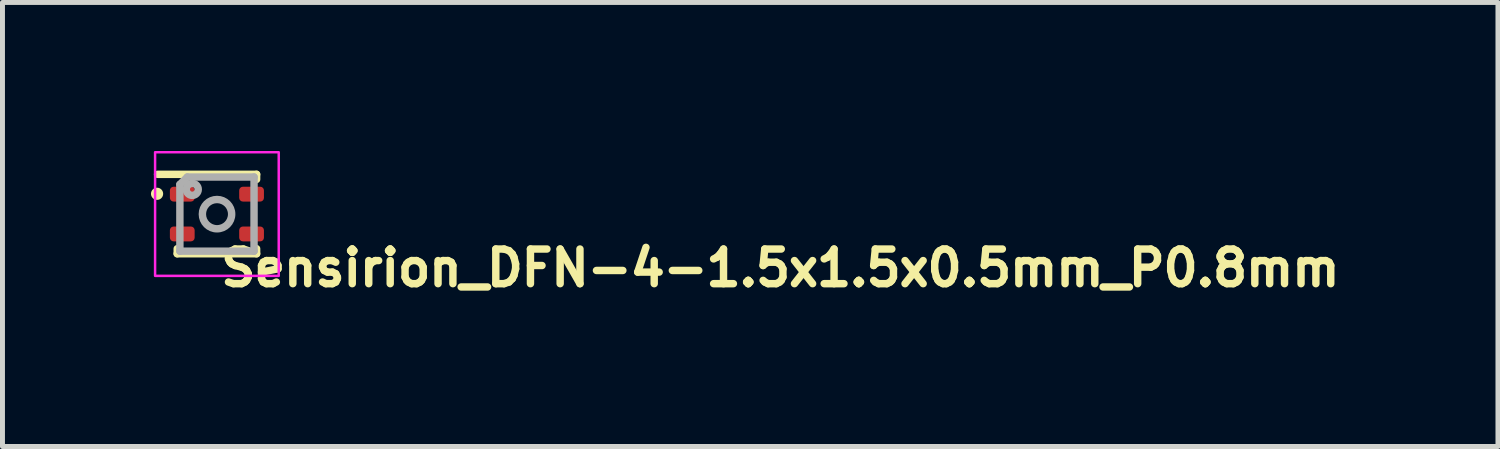
<source format=kicad_pcb>
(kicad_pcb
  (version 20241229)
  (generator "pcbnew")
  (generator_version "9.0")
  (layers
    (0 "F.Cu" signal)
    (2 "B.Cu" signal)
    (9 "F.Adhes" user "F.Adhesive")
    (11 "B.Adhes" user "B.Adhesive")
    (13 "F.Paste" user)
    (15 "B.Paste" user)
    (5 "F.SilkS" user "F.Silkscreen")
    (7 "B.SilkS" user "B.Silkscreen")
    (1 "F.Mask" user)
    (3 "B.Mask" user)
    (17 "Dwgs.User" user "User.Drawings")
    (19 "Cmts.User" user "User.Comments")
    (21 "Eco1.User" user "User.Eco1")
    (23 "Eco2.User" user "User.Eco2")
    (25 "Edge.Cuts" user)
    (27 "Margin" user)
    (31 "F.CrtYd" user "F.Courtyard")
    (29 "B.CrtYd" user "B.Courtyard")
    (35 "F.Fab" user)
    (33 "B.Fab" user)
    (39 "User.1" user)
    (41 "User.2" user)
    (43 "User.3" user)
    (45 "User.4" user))
  (footprint "Sensirion_DFN-4-1.5x1.5x0.5mm_P0.8mm"
    (layer "F.Cu")
    (at 1.333 1.275)
    (property "Reference" "Sensirion_DFN-4-1.5x1.5x0.5mm_P0.8mm" (at 0.001 1.499 0) (unlocked yes) (layer "F.SilkS") (effects (font (size 0.7 0.7) (thickness 0.15)) (justify left bottom)))
    (attr smd)
    (fp_line (start -0.803 0.699) (end -0.803 0.801) (stroke (width 0.15) (type solid)) (layer "F.SilkS"))
    (fp_line (start -0.803 0.801) (end 0.801 0.801) (stroke (width 0.15) (type solid)) (layer "F.SilkS"))
    (fp_line (start 0.801 -0.803) (end -1.2 -0.803) (stroke (width 0.15) (type solid)) (layer "F.SilkS"))
    (fp_line (start 0.801 -0.701) (end 0.801 -0.803) (stroke (width 0.15) (type solid)) (layer "F.SilkS"))
    (fp_line (start 0.801 0.801) (end 0.801 0.699) (stroke (width 0.15) (type solid)) (layer "F.SilkS"))
    (fp_circle (center -1.21 -0.41) (end -1.162 -0.41) (stroke (width 0.15) (type solid)) (fill yes) (layer "F.SilkS"))
    (fp_rect (start -1.25 -1.25) (end 1.248 1.248) (stroke (width 0.05) (type solid)) (fill no) (layer "F.CrtYd"))
    (fp_line (start -0.749 -0.599) (end -0.599 -0.749) (stroke (width 0.15) (type solid)) (layer "F.Fab"))
    (fp_line (start -0.749 0.749) (end -0.749 -0.599) (stroke (width 0.15) (type solid)) (layer "F.Fab"))
    (fp_line (start -0.599 -0.749) (end 0.749 -0.749) (stroke (width 0.15) (type solid)) (layer "F.Fab"))
    (fp_line (start 0.749 -0.749) (end 0.749 0.749) (stroke (width 0.15) (type solid)) (layer "F.Fab"))
    (fp_line (start 0.749 0.749) (end -0.749 0.749) (stroke (width 0.15) (type solid)) (layer "F.Fab"))
    (fp_circle (center -0.499 -0.499) (end -0.453 -0.499) (stroke (width 0.15) (type solid)) (fill no) (layer "F.Fab"))
    (fp_circle (center 0.001 0.001) (end 0.297 0.001) (stroke (width 0.15) (type solid)) (fill no) (layer "F.Fab"))
    (fp_rect (start -0.75 -0.75) (end 0.748 0.748) (stroke (width 0.1) (type solid)) (fill no) (layer "User.5"))
    (fp_line (start -0.75 -0.553) (end -0.75 -0.249) (stroke (width 0.02) (type solid)) (layer "User.9"))
    (fp_line (start -0.75 -0.249) (end -0.749 -0.249) (stroke (width 0.02) (type solid)) (layer "User.9"))
    (fp_line (start -0.75 0.247) (end -0.75 0.551) (stroke (width 0.02) (type solid)) (layer "User.9"))
    (fp_line (start -0.75 0.551) (end -0.749 0.551) (stroke (width 0.02) (type solid)) (layer "User.9"))
    (fp_line (start -0.749 -0.749) (end -0.749 0.747) (stroke (width 0.02) (type solid)) (layer "User.9"))
    (fp_line (start -0.749 -0.749) (end 0.747 -0.749) (stroke (width 0.02) (type solid)) (layer "User.9"))
    (fp_line (start -0.749 -0.553) (end -0.75 -0.553) (stroke (width 0.02) (type solid)) (layer "User.9"))
    (fp_line (start -0.749 0.247) (end -0.75 0.247) (stroke (width 0.02) (type solid)) (layer "User.9"))
    (fp_line (start -0.749 0.747) (end 0.747 0.747) (stroke (width 0.02) (type solid)) (layer "User.9"))
    (fp_line (start -0.624 -0.53) (end -0.624 -0.522) (stroke (width 0.02) (type solid)) (layer "User.9"))
    (fp_line (start -0.624 -0.522) (end -0.624 -0.515) (stroke (width 0.02) (type solid)) (layer "User.9"))
    (fp_line (start -0.624 -0.515) (end -0.624 -0.505) (stroke (width 0.02) (type solid)) (layer "User.9"))
    (fp_line (start -0.624 -0.505) (end -0.624 -0.497) (stroke (width 0.02) (type solid)) (layer "User.9"))
    (fp_line (start -0.624 -0.497) (end -0.622 -0.49) (stroke (width 0.02) (type solid)) (layer "User.9"))
    (fp_line (start -0.622 -0.537) (end -0.624 -0.53) (stroke (width 0.02) (type solid)) (layer "User.9"))
    (fp_line (start -0.622 -0.49) (end -0.621 -0.483) (stroke (width 0.02) (type solid)) (layer "User.9"))
    (fp_line (start -0.621 -0.544) (end -0.622 -0.537) (stroke (width 0.02) (type solid)) (layer "User.9"))
    (fp_line (start -0.621 -0.483) (end -0.619 -0.478) (stroke (width 0.02) (type solid)) (layer "User.9"))
    (fp_line (start -0.619 -0.551) (end -0.621 -0.544) (stroke (width 0.02) (type solid)) (layer "User.9"))
    (fp_line (start -0.619 -0.478) (end -0.616 -0.471) (stroke (width 0.02) (type solid)) (layer "User.9"))
    (fp_line (start -0.616 -0.558) (end -0.619 -0.551) (stroke (width 0.02) (type solid)) (layer "User.9"))
    (fp_line (start -0.616 -0.471) (end -0.613 -0.465) (stroke (width 0.02) (type solid)) (layer "User.9"))
    (fp_line (start -0.613 -0.564) (end -0.616 -0.558) (stroke (width 0.02) (type solid)) (layer "User.9"))
    (fp_line (start -0.613 -0.465) (end -0.609 -0.459) (stroke (width 0.02) (type solid)) (layer "User.9"))
    (fp_line (start -0.609 -0.57) (end -0.613 -0.564) (stroke (width 0.02) (type solid)) (layer "User.9"))
    (fp_line (start -0.609 -0.57) (end -0.609 -0.57) (stroke (width 0.02) (type solid)) (layer "User.9"))
    (fp_line (start -0.609 -0.459) (end -0.609 -0.459) (stroke (width 0.02) (type solid)) (layer "User.9"))
    (fp_line (start -0.609 -0.459) (end -0.607 -0.456) (stroke (width 0.02) (type solid)) (layer "User.9"))
    (fp_line (start -0.607 -0.456) (end -0.605 -0.452) (stroke (width 0.02) (type solid)) (layer "User.9"))
    (fp_line (start -0.605 -0.577) (end -0.609 -0.57) (stroke (width 0.02) (type solid)) (layer "User.9"))
    (fp_line (start -0.605 -0.452) (end -0.603 -0.446) (stroke (width 0.02) (type solid)) (layer "User.9"))
    (fp_line (start -0.603 -0.446) (end -0.601 -0.443) (stroke (width 0.02) (type solid)) (layer "User.9"))
    (fp_line (start -0.601 -0.581) (end -0.605 -0.577) (stroke (width 0.02) (type solid)) (layer "User.9"))
    (fp_line (start -0.601 -0.443) (end -0.599 -0.44) (stroke (width 0.02) (type solid)) (layer "User.9"))
    (fp_line (start -0.599 -0.44) (end -0.596 -0.438) (stroke (width 0.02) (type solid)) (layer "User.9"))
    (fp_line (start -0.596 -0.586) (end -0.601 -0.581) (stroke (width 0.02) (type solid)) (layer "User.9"))
    (fp_line (start -0.596 -0.438) (end -0.594 -0.435) (stroke (width 0.02) (type solid)) (layer "User.9"))
    (fp_line (start -0.594 -0.435) (end -0.591 -0.432) (stroke (width 0.02) (type solid)) (layer "User.9"))
    (fp_line (start -0.591 -0.592) (end -0.596 -0.586) (stroke (width 0.02) (type solid)) (layer "User.9"))
    (fp_line (start -0.591 -0.432) (end -0.589 -0.43) (stroke (width 0.02) (type solid)) (layer "User.9"))
    (fp_line (start -0.589 -0.43) (end -0.586 -0.427) (stroke (width 0.02) (type solid)) (layer "User.9"))
    (fp_line (start -0.586 -0.597) (end -0.591 -0.592) (stroke (width 0.02) (type solid)) (layer "User.9"))
    (fp_line (start -0.586 -0.427) (end -0.583 -0.425) (stroke (width 0.02) (type solid)) (layer "User.9"))
    (fp_line (start -0.583 -0.425) (end -0.58 -0.423) (stroke (width 0.02) (type solid)) (layer "User.9"))
    (fp_line (start -0.58 -0.601) (end -0.586 -0.597) (stroke (width 0.02) (type solid)) (layer "User.9"))
    (fp_line (start -0.58 -0.423) (end -0.577 -0.42) (stroke (width 0.02) (type solid)) (layer "User.9"))
    (fp_line (start -0.577 -0.42) (end -0.576 -0.418) (stroke (width 0.02) (type solid)) (layer "User.9"))
    (fp_line (start -0.576 -0.606) (end -0.58 -0.601) (stroke (width 0.02) (type solid)) (layer "User.9"))
    (fp_line (start -0.576 -0.418) (end -0.573 -0.417) (stroke (width 0.02) (type solid)) (layer "User.9"))
    (fp_line (start -0.573 -0.417) (end -0.57 -0.417) (stroke (width 0.02) (type solid)) (layer "User.9"))
    (fp_line (start -0.57 -0.609) (end -0.576 -0.606) (stroke (width 0.02) (type solid)) (layer "User.9"))
    (fp_line (start -0.57 -0.417) (end -0.567 -0.415) (stroke (width 0.02) (type solid)) (layer "User.9"))
    (fp_line (start -0.567 -0.415) (end -0.564 -0.413) (stroke (width 0.02) (type solid)) (layer "User.9"))
    (fp_line (start -0.564 -0.613) (end -0.57 -0.609) (stroke (width 0.02) (type solid)) (layer "User.9"))
    (fp_line (start -0.564 -0.413) (end -0.562 -0.412) (stroke (width 0.02) (type solid)) (layer "User.9"))
    (fp_line (start -0.562 -0.412) (end -0.558 -0.41) (stroke (width 0.02) (type solid)) (layer "User.9"))
    (fp_line (start -0.558 -0.616) (end -0.564 -0.613) (stroke (width 0.02) (type solid)) (layer "User.9"))
    (fp_line (start -0.558 -0.41) (end -0.555 -0.409) (stroke (width 0.02) (type solid)) (layer "User.9"))
    (fp_line (start -0.555 -0.409) (end -0.551 -0.408) (stroke (width 0.02) (type solid)) (layer "User.9"))
    (fp_line (start -0.551 -0.618) (end -0.558 -0.616) (stroke (width 0.02) (type solid)) (layer "User.9"))
    (fp_line (start -0.551 -0.408) (end -0.548 -0.407) (stroke (width 0.02) (type solid)) (layer "User.9"))
    (fp_line (start -0.548 -0.407) (end -0.544 -0.406) (stroke (width 0.02) (type solid)) (layer "User.9"))
    (fp_line (start -0.544 -0.621) (end -0.551 -0.618) (stroke (width 0.02) (type solid)) (layer "User.9"))
    (fp_line (start -0.544 -0.406) (end -0.541 -0.405) (stroke (width 0.02) (type solid)) (layer "User.9"))
    (fp_line (start -0.541 -0.405) (end -0.537 -0.405) (stroke (width 0.02) (type solid)) (layer "User.9"))
    (fp_line (start -0.537 -0.622) (end -0.544 -0.621) (stroke (width 0.02) (type solid)) (layer "User.9"))
    (fp_line (start -0.537 -0.405) (end -0.534 -0.404) (stroke (width 0.02) (type solid)) (layer "User.9"))
    (fp_line (start -0.534 -0.404) (end -0.53 -0.403) (stroke (width 0.02) (type solid)) (layer "User.9"))
    (fp_line (start -0.53 -0.624) (end -0.537 -0.622) (stroke (width 0.02) (type solid)) (layer "User.9"))
    (fp_line (start -0.53 -0.403) (end -0.526 -0.403) (stroke (width 0.02) (type solid)) (layer "User.9"))
    (fp_line (start -0.526 -0.403) (end -0.522 -0.403) (stroke (width 0.02) (type solid)) (layer "User.9"))
    (fp_line (start -0.522 -0.624) (end -0.53 -0.624) (stroke (width 0.02) (type solid)) (layer "User.9"))
    (fp_line (start -0.522 -0.403) (end -0.519 -0.403) (stroke (width 0.02) (type solid)) (layer "User.9"))
    (fp_line (start -0.519 -0.403) (end -0.515 -0.403) (stroke (width 0.02) (type solid)) (layer "User.9"))
    (fp_line (start -0.515 -0.624) (end -0.522 -0.624) (stroke (width 0.02) (type solid)) (layer "User.9"))
    (fp_line (start -0.515 -0.403) (end -0.505 -0.403) (stroke (width 0.02) (type solid)) (layer "User.9"))
    (fp_line (start -0.508 -0.624) (end -0.515 -0.624) (stroke (width 0.02) (type solid)) (layer "User.9"))
    (fp_line (start -0.505 -0.624) (end -0.508 -0.624) (stroke (width 0.02) (type solid)) (layer "User.9"))
    (fp_line (start -0.505 -0.403) (end -0.497 -0.403) (stroke (width 0.02) (type solid)) (layer "User.9"))
    (fp_line (start -0.501 -0.624) (end -0.505 -0.624) (stroke (width 0.02) (type solid)) (layer "User.9"))
    (fp_line (start -0.497 -0.624) (end -0.501 -0.624) (stroke (width 0.02) (type solid)) (layer "User.9"))
    (fp_line (start -0.497 -0.403) (end -0.49 -0.405) (stroke (width 0.02) (type solid)) (layer "User.9"))
    (fp_line (start -0.493 -0.623) (end -0.497 -0.624) (stroke (width 0.02) (type solid)) (layer "User.9"))
    (fp_line (start -0.49 -0.622) (end -0.493 -0.623) (stroke (width 0.02) (type solid)) (layer "User.9"))
    (fp_line (start -0.49 -0.405) (end -0.483 -0.406) (stroke (width 0.02) (type solid)) (layer "User.9"))
    (fp_line (start -0.486 -0.622) (end -0.49 -0.622) (stroke (width 0.02) (type solid)) (layer "User.9"))
    (fp_line (start -0.483 -0.621) (end -0.486 -0.622) (stroke (width 0.02) (type solid)) (layer "User.9"))
    (fp_line (start -0.483 -0.406) (end -0.478 -0.408) (stroke (width 0.02) (type solid)) (layer "User.9"))
    (fp_line (start -0.48 -0.62) (end -0.483 -0.621) (stroke (width 0.02) (type solid)) (layer "User.9"))
    (fp_line (start -0.478 -0.618) (end -0.48 -0.62) (stroke (width 0.02) (type solid)) (layer "User.9"))
    (fp_line (start -0.478 -0.408) (end -0.471 -0.41) (stroke (width 0.02) (type solid)) (layer "User.9"))
    (fp_line (start -0.474 -0.617) (end -0.478 -0.618) (stroke (width 0.02) (type solid)) (layer "User.9"))
    (fp_line (start -0.471 -0.616) (end -0.474 -0.617) (stroke (width 0.02) (type solid)) (layer "User.9"))
    (fp_line (start -0.471 -0.41) (end -0.465 -0.413) (stroke (width 0.02) (type solid)) (layer "User.9"))
    (fp_line (start -0.468 -0.614) (end -0.471 -0.616) (stroke (width 0.02) (type solid)) (layer "User.9"))
    (fp_line (start -0.465 -0.613) (end -0.468 -0.614) (stroke (width 0.02) (type solid)) (layer "User.9"))
    (fp_line (start -0.465 -0.413) (end -0.459 -0.417) (stroke (width 0.02) (type solid)) (layer "User.9"))
    (fp_line (start -0.462 -0.611) (end -0.465 -0.613) (stroke (width 0.02) (type solid)) (layer "User.9"))
    (fp_line (start -0.459 -0.609) (end -0.462 -0.611) (stroke (width 0.02) (type solid)) (layer "User.9"))
    (fp_line (start -0.459 -0.417) (end -0.453 -0.418) (stroke (width 0.02) (type solid)) (layer "User.9"))
    (fp_line (start -0.456 -0.608) (end -0.459 -0.609) (stroke (width 0.02) (type solid)) (layer "User.9"))
    (fp_line (start -0.453 -0.606) (end -0.456 -0.608) (stroke (width 0.02) (type solid)) (layer "User.9"))
    (fp_line (start -0.453 -0.418) (end -0.444 -0.423) (stroke (width 0.02) (type solid)) (layer "User.9"))
    (fp_line (start -0.447 -0.604) (end -0.453 -0.606) (stroke (width 0.02) (type solid)) (layer "User.9"))
    (fp_line (start -0.444 -0.601) (end -0.447 -0.604) (stroke (width 0.02) (type solid)) (layer "User.9"))
    (fp_line (start -0.444 -0.423) (end -0.438 -0.427) (stroke (width 0.02) (type solid)) (layer "User.9"))
    (fp_line (start -0.441 -0.599) (end -0.444 -0.601) (stroke (width 0.02) (type solid)) (layer "User.9"))
    (fp_line (start -0.438 -0.597) (end -0.441 -0.599) (stroke (width 0.02) (type solid)) (layer "User.9"))
    (fp_line (start -0.438 -0.427) (end -0.433 -0.432) (stroke (width 0.02) (type solid)) (layer "User.9"))
    (fp_line (start -0.435 -0.594) (end -0.438 -0.597) (stroke (width 0.02) (type solid)) (layer "User.9"))
    (fp_line (start -0.433 -0.592) (end -0.435 -0.594) (stroke (width 0.02) (type solid)) (layer "User.9"))
    (fp_line (start -0.433 -0.432) (end -0.428 -0.438) (stroke (width 0.02) (type solid)) (layer "User.9"))
    (fp_line (start -0.43 -0.589) (end -0.433 -0.592) (stroke (width 0.02) (type solid)) (layer "User.9"))
    (fp_line (start -0.428 -0.586) (end -0.43 -0.589) (stroke (width 0.02) (type solid)) (layer "User.9"))
    (fp_line (start -0.428 -0.438) (end -0.423 -0.443) (stroke (width 0.02) (type solid)) (layer "User.9"))
    (fp_line (start -0.425 -0.584) (end -0.428 -0.586) (stroke (width 0.02) (type solid)) (layer "User.9"))
    (fp_line (start -0.423 -0.581) (end -0.425 -0.584) (stroke (width 0.02) (type solid)) (layer "User.9"))
    (fp_line (start -0.423 -0.443) (end -0.419 -0.452) (stroke (width 0.02) (type solid)) (layer "User.9"))
    (fp_line (start -0.421 -0.578) (end -0.423 -0.581) (stroke (width 0.02) (type solid)) (layer "User.9"))
    (fp_line (start -0.419 -0.577) (end -0.421 -0.578) (stroke (width 0.02) (type solid)) (layer "User.9"))
    (fp_line (start -0.419 -0.452) (end -0.417 -0.459) (stroke (width 0.02) (type solid)) (layer "User.9"))
    (fp_line (start -0.417 -0.573) (end -0.419 -0.577) (stroke (width 0.02) (type solid)) (layer "User.9"))
    (fp_line (start -0.417 -0.57) (end -0.417 -0.573) (stroke (width 0.02) (type solid)) (layer "User.9"))
    (fp_line (start -0.417 -0.57) (end -0.417 -0.57) (stroke (width 0.02) (type solid)) (layer "User.9"))
    (fp_line (start -0.417 -0.459) (end -0.417 -0.459) (stroke (width 0.02) (type solid)) (layer "User.9"))
    (fp_line (start -0.417 -0.459) (end -0.413 -0.465) (stroke (width 0.02) (type solid)) (layer "User.9"))
    (fp_line (start -0.413 -0.564) (end -0.417 -0.57) (stroke (width 0.02) (type solid)) (layer "User.9"))
    (fp_line (start -0.413 -0.465) (end -0.41 -0.471) (stroke (width 0.02) (type solid)) (layer "User.9"))
    (fp_line (start -0.41 -0.558) (end -0.413 -0.564) (stroke (width 0.02) (type solid)) (layer "User.9"))
    (fp_line (start -0.41 -0.471) (end -0.407 -0.478) (stroke (width 0.02) (type solid)) (layer "User.9"))
    (fp_line (start -0.407 -0.551) (end -0.41 -0.558) (stroke (width 0.02) (type solid)) (layer "User.9"))
    (fp_line (start -0.407 -0.478) (end -0.406 -0.483) (stroke (width 0.02) (type solid)) (layer "User.9"))
    (fp_line (start -0.406 -0.544) (end -0.407 -0.551) (stroke (width 0.02) (type solid)) (layer "User.9"))
    (fp_line (start -0.406 -0.483) (end -0.405 -0.49) (stroke (width 0.02) (type solid)) (layer "User.9"))
    (fp_line (start -0.405 -0.537) (end -0.406 -0.544) (stroke (width 0.02) (type solid)) (layer "User.9"))
    (fp_line (start -0.405 -0.49) (end -0.403 -0.497) (stroke (width 0.02) (type solid)) (layer "User.9"))
    (fp_line (start -0.403 -0.53) (end -0.405 -0.537) (stroke (width 0.02) (type solid)) (layer "User.9"))
    (fp_line (start -0.403 -0.522) (end -0.403 -0.53) (stroke (width 0.02) (type solid)) (layer "User.9"))
    (fp_line (start -0.403 -0.515) (end -0.403 -0.522) (stroke (width 0.02) (type solid)) (layer "User.9"))
    (fp_line (start -0.403 -0.505) (end -0.403 -0.515) (stroke (width 0.02) (type solid)) (layer "User.9"))
    (fp_line (start -0.403 -0.497) (end -0.403 -0.505) (stroke (width 0.02) (type solid)) (layer "User.9"))
    (fp_line (start -0.267 -0.479) (end -0.235 -0.479) (stroke (width 0.02) (type solid)) (layer "User.9"))
    (fp_line (start -0.267 -0.475) (end -0.267 -0.479) (stroke (width 0.02) (type solid)) (layer "User.9"))
    (fp_line (start -0.266 -0.47) (end -0.267 -0.475) (stroke (width 0.02) (type solid)) (layer "User.9"))
    (fp_line (start -0.266 -0.466) (end -0.266 -0.47) (stroke (width 0.02) (type solid)) (layer "User.9"))
    (fp_line (start -0.265 -0.462) (end -0.266 -0.466) (stroke (width 0.02) (type solid)) (layer "User.9"))
    (fp_line (start -0.264 -0.458) (end -0.265 -0.462) (stroke (width 0.02) (type solid)) (layer "User.9"))
    (fp_line (start -0.262 -0.454) (end -0.264 -0.458) (stroke (width 0.02) (type solid)) (layer "User.9"))
    (fp_line (start -0.261 -0.446) (end -0.262 -0.454) (stroke (width 0.02) (type solid)) (layer "User.9"))
    (fp_line (start -0.259 -0.442) (end -0.261 -0.446) (stroke (width 0.02) (type solid)) (layer "User.9"))
    (fp_line (start -0.255 -0.575) (end -0.254 -0.577) (stroke (width 0.02) (type solid)) (layer "User.9"))
    (fp_line (start -0.255 -0.572) (end -0.255 -0.575) (stroke (width 0.02) (type solid)) (layer "User.9"))
    (fp_line (start -0.255 -0.568) (end -0.255 -0.572) (stroke (width 0.02) (type solid)) (layer "User.9"))
    (fp_line (start -0.255 -0.564) (end -0.255 -0.568) (stroke (width 0.02) (type solid)) (layer "User.9"))
    (fp_line (start -0.254 -0.58) (end -0.253 -0.584) (stroke (width 0.02) (type solid)) (layer "User.9"))
    (fp_line (start -0.254 -0.577) (end -0.254 -0.58) (stroke (width 0.02) (type solid)) (layer "User.9"))
    (fp_line (start -0.254 -0.561) (end -0.255 -0.564) (stroke (width 0.02) (type solid)) (layer "User.9"))
    (fp_line (start -0.254 -0.559) (end -0.254 -0.561) (stroke (width 0.02) (type solid)) (layer "User.9"))
    (fp_line (start -0.254 -0.557) (end -0.254 -0.559) (stroke (width 0.02) (type solid)) (layer "User.9"))
    (fp_line (start -0.254 -0.439) (end -0.259 -0.442) (stroke (width 0.02) (type solid)) (layer "User.9"))
    (fp_line (start -0.253 -0.584) (end -0.252 -0.587) (stroke (width 0.02) (type solid)) (layer "User.9"))
    (fp_line (start -0.253 -0.555) (end -0.254 -0.557) (stroke (width 0.02) (type solid)) (layer "User.9"))
    (fp_line (start -0.252 -0.587) (end -0.25 -0.59) (stroke (width 0.02) (type solid)) (layer "User.9"))
    (fp_line (start -0.252 -0.553) (end -0.253 -0.555) (stroke (width 0.02) (type solid)) (layer "User.9"))
    (fp_line (start -0.252 -0.551) (end -0.252 -0.553) (stroke (width 0.02) (type solid)) (layer "User.9"))
    (fp_line (start -0.252 -0.435) (end -0.254 -0.439) (stroke (width 0.02) (type solid)) (layer "User.9"))
    (fp_line (start -0.251 -0.549) (end -0.252 -0.551) (stroke (width 0.02) (type solid)) (layer "User.9"))
    (fp_line (start -0.25 -0.59) (end -0.249 -0.593) (stroke (width 0.02) (type solid)) (layer "User.9"))
    (fp_line (start -0.25 -0.548) (end -0.251 -0.549) (stroke (width 0.02) (type solid)) (layer "User.9"))
    (fp_line (start -0.25 -0.546) (end -0.25 -0.548) (stroke (width 0.02) (type solid)) (layer "User.9"))
    (fp_line (start -0.249 -0.75) (end -0.249 -0.749) (stroke (width 0.02) (type solid)) (layer "User.9"))
    (fp_line (start -0.249 -0.593) (end -0.247 -0.596) (stroke (width 0.02) (type solid)) (layer "User.9"))
    (fp_line (start -0.249 -0.544) (end -0.25 -0.546) (stroke (width 0.02) (type solid)) (layer "User.9"))
    (fp_line (start -0.249 -0.431) (end -0.252 -0.435) (stroke (width 0.02) (type solid)) (layer "User.9"))
    (fp_line (start -0.249 0.747) (end -0.249 0.748) (stroke (width 0.02) (type solid)) (layer "User.9"))
    (fp_line (start -0.249 0.748) (end -0.102 0.748) (stroke (width 0.02) (type solid)) (layer "User.9"))
    (fp_line (start -0.248 -0.543) (end -0.249 -0.544) (stroke (width 0.02) (type solid)) (layer "User.9"))
    (fp_line (start -0.247 -0.596) (end -0.245 -0.599) (stroke (width 0.02) (type solid)) (layer "User.9"))
    (fp_line (start -0.247 -0.541) (end -0.248 -0.543) (stroke (width 0.02) (type solid)) (layer "User.9"))
    (fp_line (start -0.247 -0.428) (end -0.249 -0.431) (stroke (width 0.02) (type solid)) (layer "User.9"))
    (fp_line (start -0.246 -0.54) (end -0.247 -0.541) (stroke (width 0.02) (type solid)) (layer "User.9"))
    (fp_line (start -0.245 -0.599) (end -0.243 -0.601) (stroke (width 0.02) (type solid)) (layer "User.9"))
    (fp_line (start -0.245 -0.538) (end -0.246 -0.54) (stroke (width 0.02) (type solid)) (layer "User.9"))
    (fp_line (start -0.244 -0.537) (end -0.245 -0.538) (stroke (width 0.02) (type solid)) (layer "User.9"))
    (fp_line (start -0.244 -0.424) (end -0.247 -0.428) (stroke (width 0.02) (type solid)) (layer "User.9"))
    (fp_line (start -0.243 -0.601) (end -0.241 -0.604) (stroke (width 0.02) (type solid)) (layer "User.9"))
    (fp_line (start -0.243 -0.535) (end -0.244 -0.537) (stroke (width 0.02) (type solid)) (layer "User.9"))
    (fp_line (start -0.241 -0.604) (end -0.24 -0.606) (stroke (width 0.02) (type solid)) (layer "User.9"))
    (fp_line (start -0.241 -0.534) (end -0.243 -0.535) (stroke (width 0.02) (type solid)) (layer "User.9"))
    (fp_line (start -0.241 -0.421) (end -0.244 -0.424) (stroke (width 0.02) (type solid)) (layer "User.9"))
    (fp_line (start -0.24 -0.606) (end -0.238 -0.608) (stroke (width 0.02) (type solid)) (layer "User.9"))
    (fp_line (start -0.24 -0.532) (end -0.241 -0.534) (stroke (width 0.02) (type solid)) (layer "User.9"))
    (fp_line (start -0.24 -0.531) (end -0.24 -0.532) (stroke (width 0.02) (type solid)) (layer "User.9"))
    (fp_line (start -0.239 -0.53) (end -0.24 -0.531) (stroke (width 0.02) (type solid)) (layer "User.9"))
    (fp_line (start -0.239 -0.418) (end -0.241 -0.421) (stroke (width 0.02) (type solid)) (layer "User.9"))
    (fp_line (start -0.238 -0.608) (end -0.235 -0.611) (stroke (width 0.02) (type solid)) (layer "User.9"))
    (fp_line (start -0.238 -0.529) (end -0.239 -0.53) (stroke (width 0.02) (type solid)) (layer "User.9"))
    (fp_line (start -0.236 -0.527) (end -0.238 -0.529) (stroke (width 0.02) (type solid)) (layer "User.9"))
    (fp_line (start -0.236 -0.416) (end -0.239 -0.418) (stroke (width 0.02) (type solid)) (layer "User.9"))
    (fp_line (start -0.236 -0.416) (end -0.236 -0.416) (stroke (width 0.02) (type solid)) (layer "User.9"))
    (fp_line (start -0.235 -0.611) (end -0.233 -0.613) (stroke (width 0.02) (type solid)) (layer "User.9"))
    (fp_line (start -0.235 -0.526) (end -0.236 -0.527) (stroke (width 0.02) (type solid)) (layer "User.9"))
    (fp_line (start -0.235 -0.479) (end -0.235 -0.476) (stroke (width 0.02) (type solid)) (layer "User.9"))
    (fp_line (start -0.235 -0.476) (end -0.235 -0.473) (stroke (width 0.02) (type solid)) (layer "User.9"))
    (fp_line (start -0.235 -0.473) (end -0.235 -0.47) (stroke (width 0.02) (type solid)) (layer "User.9"))
    (fp_line (start -0.235 -0.47) (end -0.234 -0.469) (stroke (width 0.02) (type solid)) (layer "User.9"))
    (fp_line (start -0.234 -0.469) (end -0.233 -0.466) (stroke (width 0.02) (type solid)) (layer "User.9"))
    (fp_line (start -0.233 -0.613) (end -0.23 -0.615) (stroke (width 0.02) (type solid)) (layer "User.9"))
    (fp_line (start -0.233 -0.466) (end -0.232 -0.463) (stroke (width 0.02) (type solid)) (layer "User.9"))
    (fp_line (start -0.233 -0.414) (end -0.236 -0.416) (stroke (width 0.02) (type solid)) (layer "User.9"))
    (fp_line (start -0.232 -0.524) (end -0.235 -0.526) (stroke (width 0.02) (type solid)) (layer "User.9"))
    (fp_line (start -0.232 -0.463) (end -0.231 -0.46) (stroke (width 0.02) (type solid)) (layer "User.9"))
    (fp_line (start -0.231 -0.46) (end -0.23 -0.458) (stroke (width 0.02) (type solid)) (layer "User.9"))
    (fp_line (start -0.23 -0.615) (end -0.227 -0.616) (stroke (width 0.02) (type solid)) (layer "User.9"))
    (fp_line (start -0.23 -0.458) (end -0.229 -0.455) (stroke (width 0.02) (type solid)) (layer "User.9"))
    (fp_line (start -0.23 -0.412) (end -0.233 -0.414) (stroke (width 0.02) (type solid)) (layer "User.9"))
    (fp_line (start -0.229 -0.522) (end -0.232 -0.524) (stroke (width 0.02) (type solid)) (layer "User.9"))
    (fp_line (start -0.229 -0.455) (end -0.227 -0.453) (stroke (width 0.02) (type solid)) (layer "User.9"))
    (fp_line (start -0.227 -0.616) (end -0.221 -0.618) (stroke (width 0.02) (type solid)) (layer "User.9"))
    (fp_line (start -0.227 -0.57) (end -0.227 -0.568) (stroke (width 0.02) (type solid)) (layer "User.9"))
    (fp_line (start -0.227 -0.568) (end -0.223 -0.567) (stroke (width 0.02) (type solid)) (layer "User.9"))
    (fp_line (start -0.227 -0.453) (end -0.223 -0.451) (stroke (width 0.02) (type solid)) (layer "User.9"))
    (fp_line (start -0.223 -0.576) (end -0.223 -0.574) (stroke (width 0.02) (type solid)) (layer "User.9"))
    (fp_line (start -0.223 -0.574) (end -0.223 -0.572) (stroke (width 0.02) (type solid)) (layer "User.9"))
    (fp_line (start -0.223 -0.572) (end -0.227 -0.57) (stroke (width 0.02) (type solid)) (layer "User.9"))
    (fp_line (start -0.223 -0.567) (end -0.223 -0.566) (stroke (width 0.02) (type solid)) (layer "User.9"))
    (fp_line (start -0.223 -0.566) (end -0.223 -0.564) (stroke (width 0.02) (type solid)) (layer "User.9"))
    (fp_line (start -0.223 -0.564) (end -0.223 -0.563) (stroke (width 0.02) (type solid)) (layer "User.9"))
    (fp_line (start -0.223 -0.563) (end -0.222 -0.563) (stroke (width 0.02) (type solid)) (layer "User.9"))
    (fp_line (start -0.223 -0.451) (end -0.221 -0.445) (stroke (width 0.02) (type solid)) (layer "User.9"))
    (fp_line (start -0.223 -0.41) (end -0.23 -0.412) (stroke (width 0.02) (type solid)) (layer "User.9"))
    (fp_line (start -0.222 -0.578) (end -0.222 -0.577) (stroke (width 0.02) (type solid)) (layer "User.9"))
    (fp_line (start -0.222 -0.577) (end -0.223 -0.576) (stroke (width 0.02) (type solid)) (layer "User.9"))
    (fp_line (start -0.222 -0.563) (end -0.222 -0.561) (stroke (width 0.02) (type solid)) (layer "User.9"))
    (fp_line (start -0.222 -0.561) (end -0.222 -0.56) (stroke (width 0.02) (type solid)) (layer "User.9"))
    (fp_line (start -0.222 -0.56) (end -0.221 -0.559) (stroke (width 0.02) (type solid)) (layer "User.9"))
    (fp_line (start -0.222 -0.52) (end -0.229 -0.522) (stroke (width 0.02) (type solid)) (layer "User.9"))
    (fp_line (start -0.221 -0.618) (end -0.218 -0.62) (stroke (width 0.02) (type solid)) (layer "User.9"))
    (fp_line (start -0.221 -0.58) (end -0.222 -0.578) (stroke (width 0.02) (type solid)) (layer "User.9"))
    (fp_line (start -0.221 -0.559) (end -0.22 -0.558) (stroke (width 0.02) (type solid)) (layer "User.9"))
    (fp_line (start -0.221 -0.445) (end -0.219 -0.443) (stroke (width 0.02) (type solid)) (layer "User.9"))
    (fp_line (start -0.22 -0.582) (end -0.221 -0.58) (stroke (width 0.02) (type solid)) (layer "User.9"))
    (fp_line (start -0.22 -0.558) (end -0.22 -0.556) (stroke (width 0.02) (type solid)) (layer "User.9"))
    (fp_line (start -0.22 -0.556) (end -0.219 -0.555) (stroke (width 0.02) (type solid)) (layer "User.9"))
    (fp_line (start -0.219 -0.584) (end -0.22 -0.582) (stroke (width 0.02) (type solid)) (layer "User.9"))
    (fp_line (start -0.219 -0.555) (end -0.218 -0.554) (stroke (width 0.02) (type solid)) (layer "User.9"))
    (fp_line (start -0.219 -0.443) (end -0.218 -0.441) (stroke (width 0.02) (type solid)) (layer "User.9"))
    (fp_line (start -0.219 -0.408) (end -0.223 -0.41) (stroke (width 0.02) (type solid)) (layer "User.9"))
    (fp_line (start -0.218 -0.62) (end -0.215 -0.621) (stroke (width 0.02) (type solid)) (layer "User.9"))
    (fp_line (start -0.218 -0.585) (end -0.219 -0.584) (stroke (width 0.02) (type solid)) (layer "User.9"))
    (fp_line (start -0.218 -0.554) (end -0.217 -0.553) (stroke (width 0.02) (type solid)) (layer "User.9"))
    (fp_line (start -0.218 -0.441) (end -0.216 -0.439) (stroke (width 0.02) (type solid)) (layer "User.9"))
    (fp_line (start -0.217 -0.587) (end -0.218 -0.585) (stroke (width 0.02) (type solid)) (layer "User.9"))
    (fp_line (start -0.217 -0.553) (end -0.216 -0.552) (stroke (width 0.02) (type solid)) (layer "User.9"))
    (fp_line (start -0.216 -0.588) (end -0.217 -0.587) (stroke (width 0.02) (type solid)) (layer "User.9"))
    (fp_line (start -0.216 -0.552) (end -0.215 -0.551) (stroke (width 0.02) (type solid)) (layer "User.9"))
    (fp_line (start -0.216 -0.439) (end -0.214 -0.437) (stroke (width 0.02) (type solid)) (layer "User.9"))
    (fp_line (start -0.215 -0.621) (end -0.212 -0.622) (stroke (width 0.02) (type solid)) (layer "User.9"))
    (fp_line (start -0.215 -0.551) (end -0.21 -0.548) (stroke (width 0.02) (type solid)) (layer "User.9"))
    (fp_line (start -0.215 -0.407) (end -0.219 -0.408) (stroke (width 0.02) (type solid)) (layer "User.9"))
    (fp_line (start -0.214 -0.59) (end -0.216 -0.588) (stroke (width 0.02) (type solid)) (layer "User.9"))
    (fp_line (start -0.214 -0.437) (end -0.211 -0.435) (stroke (width 0.02) (type solid)) (layer "User.9"))
    (fp_line (start -0.213 -0.591) (end -0.214 -0.59) (stroke (width 0.02) (type solid)) (layer "User.9"))
    (fp_line (start -0.212 -0.622) (end -0.209 -0.623) (stroke (width 0.02) (type solid)) (layer "User.9"))
    (fp_line (start -0.212 -0.517) (end -0.222 -0.52) (stroke (width 0.02) (type solid)) (layer "User.9"))
    (fp_line (start -0.211 -0.592) (end -0.213 -0.591) (stroke (width 0.02) (type solid)) (layer "User.9"))
    (fp_line (start -0.211 -0.435) (end -0.209 -0.434) (stroke (width 0.02) (type solid)) (layer "User.9"))
    (fp_line (start -0.211 -0.406) (end -0.215 -0.407) (stroke (width 0.02) (type solid)) (layer "User.9"))
    (fp_line (start -0.21 -0.548) (end -0.207 -0.545) (stroke (width 0.02) (type solid)) (layer "User.9"))
    (fp_line (start -0.209 -0.623) (end -0.207 -0.624) (stroke (width 0.02) (type solid)) (layer "User.9"))
    (fp_line (start -0.209 -0.594) (end -0.209 -0.593) (stroke (width 0.02) (type solid)) (layer "User.9"))
    (fp_line (start -0.209 -0.593) (end -0.211 -0.592) (stroke (width 0.02) (type solid)) (layer "User.9"))
    (fp_line (start -0.209 -0.434) (end -0.209 -0.432) (stroke (width 0.02) (type solid)) (layer "User.9"))
    (fp_line (start -0.209 -0.432) (end -0.206 -0.43) (stroke (width 0.02) (type solid)) (layer "User.9"))
    (fp_line (start -0.209 -0.404) (end -0.211 -0.406) (stroke (width 0.02) (type solid)) (layer "User.9"))
    (fp_line (start -0.207 -0.624) (end -0.204 -0.625) (stroke (width 0.02) (type solid)) (layer "User.9"))
    (fp_line (start -0.207 -0.545) (end -0.203 -0.543) (stroke (width 0.02) (type solid)) (layer "User.9"))
    (fp_line (start -0.206 -0.596) (end -0.209 -0.594) (stroke (width 0.02) (type solid)) (layer "User.9"))
    (fp_line (start -0.206 -0.43) (end -0.204 -0.429) (stroke (width 0.02) (type solid)) (layer "User.9"))
    (fp_line (start -0.205 -0.51) (end -0.212 -0.517) (stroke (width 0.02) (type solid)) (layer "User.9"))
    (fp_line (start -0.205 -0.403) (end -0.209 -0.404) (stroke (width 0.02) (type solid)) (layer "User.9"))
    (fp_line (start -0.204 -0.625) (end -0.201 -0.626) (stroke (width 0.02) (type solid)) (layer "User.9"))
    (fp_line (start -0.204 -0.429) (end -0.202 -0.428) (stroke (width 0.02) (type solid)) (layer "User.9"))
    (fp_line (start -0.203 -0.598) (end -0.206 -0.596) (stroke (width 0.02) (type solid)) (layer "User.9"))
    (fp_line (start -0.203 -0.543) (end -0.198 -0.541) (stroke (width 0.02) (type solid)) (layer "User.9"))
    (fp_line (start -0.203 0.001) (end -0.202 0.013) (stroke (width 0.02) (type solid)) (layer "User.9"))
    (fp_line (start -0.202 -0.428) (end -0.2 -0.427) (stroke (width 0.02) (type solid)) (layer "User.9"))
    (fp_line (start -0.202 -0.402) (end -0.205 -0.403) (stroke (width 0.02) (type solid)) (layer "User.9"))
    (fp_line (start -0.202 -0.014) (end -0.203 0.001) (stroke (width 0.02) (type solid)) (layer "User.9"))
    (fp_line (start -0.202 0.013) (end -0.201 0.026) (stroke (width 0.02) (type solid)) (layer "User.9"))
    (fp_line (start -0.201 -0.626) (end -0.197 -0.627) (stroke (width 0.02) (type solid)) (layer "User.9"))
    (fp_line (start -0.201 -0.027) (end -0.202 -0.014) (stroke (width 0.02) (type solid)) (layer "User.9"))
    (fp_line (start -0.201 0.026) (end -0.199 0.036) (stroke (width 0.02) (type solid)) (layer "User.9"))
    (fp_line (start -0.2 -0.427) (end -0.197 -0.426) (stroke (width 0.02) (type solid)) (layer "User.9"))
    (fp_line (start -0.199 -0.599) (end -0.203 -0.598) (stroke (width 0.02) (type solid)) (layer "User.9"))
    (fp_line (start -0.199 -0.038) (end -0.201 -0.027) (stroke (width 0.02) (type solid)) (layer "User.9"))
    (fp_line (start -0.199 0.036) (end -0.196 0.051) (stroke (width 0.02) (type solid)) (layer "User.9"))
    (fp_line (start -0.198 -0.541) (end -0.189 -0.539) (stroke (width 0.02) (type solid)) (layer "User.9"))
    (fp_line (start -0.198 -0.401) (end -0.202 -0.402) (stroke (width 0.02) (type solid)) (layer "User.9"))
    (fp_line (start -0.197 -0.627) (end -0.191 -0.627) (stroke (width 0.02) (type solid)) (layer "User.9"))
    (fp_line (start -0.197 -0.426) (end -0.191 -0.425) (stroke (width 0.02) (type solid)) (layer "User.9"))
    (fp_line (start -0.196 -0.507) (end -0.205 -0.51) (stroke (width 0.02) (type solid)) (layer "User.9"))
    (fp_line (start -0.196 -0.053) (end -0.199 -0.038) (stroke (width 0.02) (type solid)) (layer "User.9"))
    (fp_line (start -0.196 0.051) (end -0.189 0.061) (stroke (width 0.02) (type solid)) (layer "User.9"))
    (fp_line (start -0.195 -0.6) (end -0.199 -0.599) (stroke (width 0.02) (type solid)) (layer "User.9"))
    (fp_line (start -0.191 -0.627) (end -0.187 -0.627) (stroke (width 0.02) (type solid)) (layer "User.9"))
    (fp_line (start -0.191 -0.425) (end -0.188 -0.424) (stroke (width 0.02) (type solid)) (layer "User.9"))
    (fp_line (start -0.191 -0.401) (end -0.198 -0.401) (stroke (width 0.02) (type solid)) (layer "User.9"))
    (fp_line (start -0.189 -0.539) (end -0.183 -0.537) (stroke (width 0.02) (type solid)) (layer "User.9"))
    (fp_line (start -0.189 -0.063) (end -0.196 -0.053) (stroke (width 0.02) (type solid)) (layer "User.9"))
    (fp_line (start -0.189 0.061) (end -0.184 0.074) (stroke (width 0.02) (type solid)) (layer "User.9"))
    (fp_line (start -0.188 -0.601) (end -0.195 -0.6) (stroke (width 0.02) (type solid)) (layer "User.9"))
    (fp_line (start -0.188 -0.424) (end -0.186 -0.423) (stroke (width 0.02) (type solid)) (layer "User.9"))
    (fp_line (start -0.187 -0.627) (end -0.184 -0.628) (stroke (width 0.02) (type solid)) (layer "User.9"))
    (fp_line (start -0.187 -0.4) (end -0.191 -0.401) (stroke (width 0.02) (type solid)) (layer "User.9"))
    (fp_line (start -0.186 -0.423) (end -0.183 -0.423) (stroke (width 0.02) (type solid)) (layer "User.9"))
    (fp_line (start -0.184 -0.628) (end -0.181 -0.628) (stroke (width 0.02) (type solid)) (layer "User.9"))
    (fp_line (start -0.184 -0.601) (end -0.188 -0.601) (stroke (width 0.02) (type solid)) (layer "User.9"))
    (fp_line (start -0.184 -0.076) (end -0.189 -0.063) (stroke (width 0.02) (type solid)) (layer "User.9"))
    (fp_line (start -0.184 0.074) (end -0.179 0.087) (stroke (width 0.02) (type solid)) (layer "User.9"))
    (fp_line (start -0.183 -0.537) (end -0.174 -0.534) (stroke (width 0.02) (type solid)) (layer "User.9"))
    (fp_line (start -0.183 -0.504) (end -0.196 -0.507) (stroke (width 0.02) (type solid)) (layer "User.9"))
    (fp_line (start -0.183 -0.423) (end -0.18 -0.423) (stroke (width 0.02) (type solid)) (layer "User.9"))
    (fp_line (start -0.183 -0.4) (end -0.187 -0.4) (stroke (width 0.02) (type solid)) (layer "User.9"))
    (fp_line (start -0.181 -0.628) (end -0.177 -0.627) (stroke (width 0.02) (type solid)) (layer "User.9"))
    (fp_line (start -0.18 -0.602) (end -0.184 -0.601) (stroke (width 0.02) (type solid)) (layer "User.9"))
    (fp_line (start -0.18 -0.423) (end -0.177 -0.422) (stroke (width 0.02) (type solid)) (layer "User.9"))
    (fp_line (start -0.179 -0.088) (end -0.184 -0.076) (stroke (width 0.02) (type solid)) (layer "User.9"))
    (fp_line (start -0.179 0.087) (end -0.175 0.101) (stroke (width 0.02) (type solid)) (layer "User.9"))
    (fp_line (start -0.178 -0.4) (end -0.183 -0.4) (stroke (width 0.02) (type solid)) (layer "User.9"))
    (fp_line (start -0.177 -0.627) (end -0.172 -0.628) (stroke (width 0.02) (type solid)) (layer "User.9"))
    (fp_line (start -0.177 -0.422) (end -0.176 -0.422) (stroke (width 0.02) (type solid)) (layer "User.9"))
    (fp_line (start -0.176 -0.602) (end -0.176 -0.601) (stroke (width 0.02) (type solid)) (layer "User.9"))
    (fp_line (start -0.176 -0.601) (end -0.18 -0.602) (stroke (width 0.02) (type solid)) (layer "User.9"))
    (fp_line (start -0.176 -0.422) (end -0.173 -0.423) (stroke (width 0.02) (type solid)) (layer "User.9"))
    (fp_line (start -0.176 -0.4) (end -0.178 -0.4) (stroke (width 0.02) (type solid)) (layer "User.9"))
    (fp_line (start -0.175 -0.501) (end -0.183 -0.504) (stroke (width 0.02) (type solid)) (layer "User.9"))
    (fp_line (start -0.175 -0.102) (end -0.179 -0.088) (stroke (width 0.02) (type solid)) (layer "User.9"))
    (fp_line (start -0.175 -0.102) (end -0.175 -0.102) (stroke (width 0.02) (type solid)) (layer "User.9"))
    (fp_line (start -0.175 0.101) (end -0.175 0.101) (stroke (width 0.02) (type solid)) (layer "User.9"))
    (fp_line (start -0.175 0.101) (end -0.172 0.104) (stroke (width 0.02) (type solid)) (layer "User.9"))
    (fp_line (start -0.174 -0.534) (end -0.164 -0.531) (stroke (width 0.02) (type solid)) (layer "User.9"))
    (fp_line (start -0.173 -0.602) (end -0.176 -0.602) (stroke (width 0.02) (type solid)) (layer "User.9"))
    (fp_line (start -0.173 -0.423) (end -0.17 -0.422) (stroke (width 0.02) (type solid)) (layer "User.9"))
    (fp_line (start -0.172 -0.628) (end -0.165 -0.627) (stroke (width 0.02) (type solid)) (layer "User.9"))
    (fp_line (start -0.172 -0.602) (end -0.173 -0.602) (stroke (width 0.02) (type solid)) (layer "User.9"))
    (fp_line (start -0.172 -0.4) (end -0.176 -0.4) (stroke (width 0.02) (type solid)) (layer "User.9"))
    (fp_line (start -0.172 0.104) (end -0.169 0.109) (stroke (width 0.02) (type solid)) (layer "User.9"))
    (fp_line (start -0.17 -0.601) (end -0.172 -0.602) (stroke (width 0.02) (type solid)) (layer "User.9"))
    (fp_line (start -0.17 -0.422) (end -0.165 -0.423) (stroke (width 0.02) (type solid)) (layer "User.9"))
    (fp_line (start -0.169 -0.399) (end -0.172 -0.4) (stroke (width 0.02) (type solid)) (layer "User.9"))
    (fp_line (start -0.169 -0.111) (end -0.175 -0.102) (stroke (width 0.02) (type solid)) (layer "User.9"))
    (fp_line (start -0.169 0.109) (end -0.165 0.117) (stroke (width 0.02) (type solid)) (layer "User.9"))
    (fp_line (start -0.167 -0.601) (end -0.17 -0.601) (stroke (width 0.02) (type solid)) (layer "User.9"))
    (fp_line (start -0.166 -0.498) (end -0.175 -0.501) (stroke (width 0.02) (type solid)) (layer "User.9"))
    (fp_line (start -0.165 -0.627) (end -0.155 -0.626) (stroke (width 0.02) (type solid)) (layer "User.9"))
    (fp_line (start -0.165 -0.601) (end -0.167 -0.601) (stroke (width 0.02) (type solid)) (layer "User.9"))
    (fp_line (start -0.165 -0.423) (end -0.158 -0.423) (stroke (width 0.02) (type solid)) (layer "User.9"))
    (fp_line (start -0.165 -0.4) (end -0.169 -0.399) (stroke (width 0.02) (type solid)) (layer "User.9"))
    (fp_line (start -0.165 0.117) (end -0.158 0.12) (stroke (width 0.02) (type solid)) (layer "User.9"))
    (fp_line (start -0.164 -0.531) (end -0.149 -0.529) (stroke (width 0.02) (type solid)) (layer "User.9"))
    (fp_line (start -0.163 -0.6) (end -0.165 -0.601) (stroke (width 0.02) (type solid)) (layer "User.9"))
    (fp_line (start -0.159 -0.4) (end -0.165 -0.4) (stroke (width 0.02) (type solid)) (layer "User.9"))
    (fp_line (start -0.158 -0.6) (end -0.163 -0.6) (stroke (width 0.02) (type solid)) (layer "User.9"))
    (fp_line (start -0.158 -0.423) (end -0.153 -0.424) (stroke (width 0.02) (type solid)) (layer "User.9"))
    (fp_line (start -0.158 -0.122) (end -0.169 -0.111) (stroke (width 0.02) (type solid)) (layer "User.9"))
    (fp_line (start -0.158 0.12) (end -0.154 0.125) (stroke (width 0.02) (type solid)) (layer "User.9"))
    (fp_line (start -0.156 -0.599) (end -0.158 -0.6) (stroke (width 0.02) (type solid)) (layer "User.9"))
    (fp_line (start -0.155 -0.626) (end -0.147 -0.624) (stroke (width 0.02) (type solid)) (layer "User.9"))
    (fp_line (start -0.155 -0.4) (end -0.159 -0.4) (stroke (width 0.02) (type solid)) (layer "User.9"))
    (fp_line (start -0.154 -0.495) (end -0.166 -0.498) (stroke (width 0.02) (type solid)) (layer "User.9"))
    (fp_line (start -0.154 0.125) (end -0.15 0.133) (stroke (width 0.02) (type solid)) (layer "User.9"))
    (fp_line (start -0.153 -0.598) (end -0.156 -0.599) (stroke (width 0.02) (type solid)) (layer "User.9"))
    (fp_line (start -0.153 -0.424) (end -0.149 -0.426) (stroke (width 0.02) (type solid)) (layer "User.9"))
    (fp_line (start -0.151 -0.598) (end -0.153 -0.598) (stroke (width 0.02) (type solid)) (layer "User.9"))
    (fp_line (start -0.151 -0.401) (end -0.155 -0.4) (stroke (width 0.02) (type solid)) (layer "User.9"))
    (fp_line (start -0.15 -0.135) (end -0.158 -0.122) (stroke (width 0.02) (type solid)) (layer "User.9"))
    (fp_line (start -0.15 0.133) (end -0.145 0.138) (stroke (width 0.02) (type solid)) (layer "User.9"))
    (fp_line (start -0.149 -0.597) (end -0.151 -0.598) (stroke (width 0.02) (type solid)) (layer "User.9"))
    (fp_line (start -0.149 -0.529) (end -0.145 -0.527) (stroke (width 0.02) (type solid)) (layer "User.9"))
    (fp_line (start -0.149 -0.426) (end -0.145 -0.427) (stroke (width 0.02) (type solid)) (layer "User.9"))
    (fp_line (start -0.148 -0.401) (end -0.151 -0.401) (stroke (width 0.02) (type solid)) (layer "User.9"))
    (fp_line (start -0.147 -0.624) (end -0.142 -0.622) (stroke (width 0.02) (type solid)) (layer "User.9"))
    (fp_line (start -0.147 -0.596) (end -0.149 -0.597) (stroke (width 0.02) (type solid)) (layer "User.9"))
    (fp_line (start -0.145 -0.595) (end -0.147 -0.596) (stroke (width 0.02) (type solid)) (layer "User.9"))
    (fp_line (start -0.145 -0.593) (end -0.145 -0.595) (stroke (width 0.02) (type solid)) (layer "User.9"))
    (fp_line (start -0.145 -0.527) (end -0.141 -0.525) (stroke (width 0.02) (type solid)) (layer "User.9"))
    (fp_line (start -0.145 -0.492) (end -0.154 -0.495) (stroke (width 0.02) (type solid)) (layer "User.9"))
    (fp_line (start -0.145 -0.427) (end -0.142 -0.429) (stroke (width 0.02) (type solid)) (layer "User.9"))
    (fp_line (start -0.145 -0.402) (end -0.148 -0.401) (stroke (width 0.02) (type solid)) (layer "User.9"))
    (fp_line (start -0.145 0.138) (end -0.143 0.141) (stroke (width 0.02) (type solid)) (layer "User.9"))
    (fp_line (start -0.144 -0.592) (end -0.145 -0.593) (stroke (width 0.02) (type solid)) (layer "User.9"))
    (fp_line (start -0.143 -0.491) (end -0.145 -0.492) (stroke (width 0.02) (type solid)) (layer "User.9"))
    (fp_line (start -0.143 -0.403) (end -0.145 -0.402) (stroke (width 0.02) (type solid)) (layer "User.9"))
    (fp_line (start -0.143 -0.143) (end -0.15 -0.135) (stroke (width 0.02) (type solid)) (layer "User.9"))
    (fp_line (start -0.143 0.141) (end -0.139 0.144) (stroke (width 0.02) (type solid)) (layer "User.9"))
    (fp_line (start -0.142 -0.622) (end -0.136 -0.619) (stroke (width 0.02) (type solid)) (layer "User.9"))
    (fp_line (start -0.142 -0.591) (end -0.144 -0.592) (stroke (width 0.02) (type solid)) (layer "User.9"))
    (fp_line (start -0.142 -0.429) (end -0.14 -0.432) (stroke (width 0.02) (type solid)) (layer "User.9"))
    (fp_line (start -0.141 -0.589) (end -0.142 -0.591) (stroke (width 0.02) (type solid)) (layer "User.9"))
    (fp_line (start -0.141 -0.525) (end -0.135 -0.523) (stroke (width 0.02) (type solid)) (layer "User.9"))
    (fp_line (start -0.141 -0.49) (end -0.143 -0.491) (stroke (width 0.02) (type solid)) (layer "User.9"))
    (fp_line (start -0.14 -0.588) (end -0.141 -0.589) (stroke (width 0.02) (type solid)) (layer "User.9"))
    (fp_line (start -0.14 -0.432) (end -0.138 -0.433) (stroke (width 0.02) (type solid)) (layer "User.9"))
    (fp_line (start -0.14 -0.404) (end -0.143 -0.403) (stroke (width 0.02) (type solid)) (layer "User.9"))
    (fp_line (start -0.139 -0.489) (end -0.141 -0.49) (stroke (width 0.02) (type solid)) (layer "User.9"))
    (fp_line (start -0.139 0.144) (end -0.134 0.148) (stroke (width 0.02) (type solid)) (layer "User.9"))
    (fp_line (start -0.138 -0.586) (end -0.14 -0.588) (stroke (width 0.02) (type solid)) (layer "User.9"))
    (fp_line (start -0.138 -0.433) (end -0.136 -0.435) (stroke (width 0.02) (type solid)) (layer "User.9"))
    (fp_line (start -0.137 -0.584) (end -0.138 -0.586) (stroke (width 0.02) (type solid)) (layer "User.9"))
    (fp_line (start -0.137 -0.487) (end -0.139 -0.489) (stroke (width 0.02) (type solid)) (layer "User.9"))
    (fp_line (start -0.136 -0.619) (end -0.127 -0.616) (stroke (width 0.02) (type solid)) (layer "User.9"))
    (fp_line (start -0.136 -0.435) (end -0.134 -0.436) (stroke (width 0.02) (type solid)) (layer "User.9"))
    (fp_line (start -0.136 -0.406) (end -0.14 -0.404) (stroke (width 0.02) (type solid)) (layer "User.9"))
    (fp_line (start -0.135 -0.583) (end -0.137 -0.584) (stroke (width 0.02) (type solid)) (layer "User.9"))
    (fp_line (start -0.135 -0.523) (end -0.127 -0.521) (stroke (width 0.02) (type solid)) (layer "User.9"))
    (fp_line (start -0.135 -0.486) (end -0.137 -0.487) (stroke (width 0.02) (type solid)) (layer "User.9"))
    (fp_line (start -0.134 -0.581) (end -0.135 -0.583) (stroke (width 0.02) (type solid)) (layer "User.9"))
    (fp_line (start -0.134 -0.436) (end -0.133 -0.438) (stroke (width 0.02) (type solid)) (layer "User.9"))
    (fp_line (start -0.134 -0.15) (end -0.143 -0.143) (stroke (width 0.02) (type solid)) (layer "User.9"))
    (fp_line (start -0.134 0.148) (end -0.126 0.152) (stroke (width 0.02) (type solid)) (layer "User.9"))
    (fp_line (start -0.133 -0.579) (end -0.134 -0.581) (stroke (width 0.02) (type solid)) (layer "User.9"))
    (fp_line (start -0.133 -0.484) (end -0.135 -0.486) (stroke (width 0.02) (type solid)) (layer "User.9"))
    (fp_line (start -0.133 -0.438) (end -0.131 -0.439) (stroke (width 0.02) (type solid)) (layer "User.9"))
    (fp_line (start -0.133 -0.407) (end -0.136 -0.406) (stroke (width 0.02) (type solid)) (layer "User.9"))
    (fp_line (start -0.132 -0.577) (end -0.133 -0.579) (stroke (width 0.02) (type solid)) (layer "User.9"))
    (fp_line (start -0.131 -0.577) (end -0.132 -0.577) (stroke (width 0.02) (type solid)) (layer "User.9"))
    (fp_line (start -0.131 -0.483) (end -0.133 -0.484) (stroke (width 0.02) (type solid)) (layer "User.9"))
    (fp_line (start -0.131 -0.439) (end -0.127 -0.441) (stroke (width 0.02) (type solid)) (layer "User.9"))
    (fp_line (start -0.127 -0.616) (end -0.124 -0.614) (stroke (width 0.02) (type solid)) (layer "User.9"))
    (fp_line (start -0.127 -0.575) (end -0.131 -0.577) (stroke (width 0.02) (type solid)) (layer "User.9"))
    (fp_line (start -0.127 -0.572) (end -0.127 -0.575) (stroke (width 0.02) (type solid)) (layer "User.9"))
    (fp_line (start -0.127 -0.521) (end -0.123 -0.519) (stroke (width 0.02) (type solid)) (layer "User.9"))
    (fp_line (start -0.127 -0.481) (end -0.131 -0.483) (stroke (width 0.02) (type solid)) (layer "User.9"))
    (fp_line (start -0.127 -0.441) (end -0.126 -0.443) (stroke (width 0.02) (type solid)) (layer "User.9"))
    (fp_line (start -0.127 -0.408) (end -0.133 -0.407) (stroke (width 0.02) (type solid)) (layer "User.9"))
    (fp_line (start -0.126 -0.57) (end -0.127 -0.572) (stroke (width 0.02) (type solid)) (layer "User.9"))
    (fp_line (start -0.126 -0.568) (end -0.126 -0.57) (stroke (width 0.02) (type solid)) (layer "User.9"))
    (fp_line (start -0.126 -0.565) (end -0.126 -0.568) (stroke (width 0.02) (type solid)) (layer "User.9"))
    (fp_line (start -0.126 -0.443) (end -0.124 -0.444) (stroke (width 0.02) (type solid)) (layer "User.9"))
    (fp_line (start -0.126 0.152) (end -0.121 0.156) (stroke (width 0.02) (type solid)) (layer "User.9"))
    (fp_line (start -0.125 -0.563) (end -0.126 -0.565) (stroke (width 0.02) (type solid)) (layer "User.9"))
    (fp_line (start -0.125 -0.48) (end -0.127 -0.481) (stroke (width 0.02) (type solid)) (layer "User.9"))
    (fp_line (start -0.124 -0.614) (end -0.12 -0.612) (stroke (width 0.02) (type solid)) (layer "User.9"))
    (fp_line (start -0.124 -0.479) (end -0.125 -0.48) (stroke (width 0.02) (type solid)) (layer "User.9"))
    (fp_line (start -0.124 -0.444) (end -0.123 -0.446) (stroke (width 0.02) (type solid)) (layer "User.9"))
    (fp_line (start -0.123 -0.519) (end -0.12 -0.517) (stroke (width 0.02) (type solid)) (layer "User.9"))
    (fp_line (start -0.123 -0.477) (end -0.124 -0.479) (stroke (width 0.02) (type solid)) (layer "User.9"))
    (fp_line (start -0.123 -0.446) (end -0.122 -0.451) (stroke (width 0.02) (type solid)) (layer "User.9"))
    (fp_line (start -0.123 -0.409) (end -0.127 -0.408) (stroke (width 0.02) (type solid)) (layer "User.9"))
    (fp_line (start -0.122 -0.474) (end -0.123 -0.477) (stroke (width 0.02) (type solid)) (layer "User.9"))
    (fp_line (start -0.122 -0.453) (end -0.121 -0.456) (stroke (width 0.02) (type solid)) (layer "User.9"))
    (fp_line (start -0.122 -0.451) (end -0.122 -0.453) (stroke (width 0.02) (type solid)) (layer "User.9"))
    (fp_line (start -0.121 -0.472) (end -0.122 -0.474) (stroke (width 0.02) (type solid)) (layer "User.9"))
    (fp_line (start -0.121 -0.456) (end -0.12 -0.458) (stroke (width 0.02) (type solid)) (layer "User.9"))
    (fp_line (start -0.121 -0.158) (end -0.134 -0.15) (stroke (width 0.02) (type solid)) (layer "User.9"))
    (fp_line (start -0.121 0.156) (end -0.118 0.163) (stroke (width 0.02) (type solid)) (layer "User.9"))
    (fp_line (start -0.12 -0.612) (end -0.12 -0.609) (stroke (width 0.02) (type solid)) (layer "User.9"))
    (fp_line (start -0.12 -0.609) (end -0.118 -0.607) (stroke (width 0.02) (type solid)) (layer "User.9"))
    (fp_line (start -0.12 -0.517) (end -0.118 -0.515) (stroke (width 0.02) (type solid)) (layer "User.9"))
    (fp_line (start -0.12 -0.469) (end -0.121 -0.472) (stroke (width 0.02) (type solid)) (layer "User.9"))
    (fp_line (start -0.12 -0.468) (end -0.12 -0.469) (stroke (width 0.02) (type solid)) (layer "User.9"))
    (fp_line (start -0.12 -0.465) (end -0.12 -0.468) (stroke (width 0.02) (type solid)) (layer "User.9"))
    (fp_line (start -0.12 -0.462) (end -0.12 -0.465) (stroke (width 0.02) (type solid)) (layer "User.9"))
    (fp_line (start -0.12 -0.46) (end -0.12 -0.462) (stroke (width 0.02) (type solid)) (layer "User.9"))
    (fp_line (start -0.12 -0.458) (end -0.12 -0.46) (stroke (width 0.02) (type solid)) (layer "User.9"))
    (fp_line (start -0.12 -0.411) (end -0.123 -0.409) (stroke (width 0.02) (type solid)) (layer "User.9"))
    (fp_line (start -0.119 -0.413) (end -0.12 -0.411) (stroke (width 0.02) (type solid)) (layer "User.9"))
    (fp_line (start -0.118 -0.607) (end -0.115 -0.604) (stroke (width 0.02) (type solid)) (layer "User.9"))
    (fp_line (start -0.118 -0.515) (end -0.111 -0.509) (stroke (width 0.02) (type solid)) (layer "User.9"))
    (fp_line (start -0.118 0.163) (end -0.11 0.167) (stroke (width 0.02) (type solid)) (layer "User.9"))
    (fp_line (start -0.117 -0.415) (end -0.119 -0.413) (stroke (width 0.02) (type solid)) (layer "User.9"))
    (fp_line (start -0.115 -0.604) (end -0.109 -0.602) (stroke (width 0.02) (type solid)) (layer "User.9"))
    (fp_line (start -0.111 -0.509) (end -0.108 -0.506) (stroke (width 0.02) (type solid)) (layer "User.9"))
    (fp_line (start -0.111 -0.417) (end -0.117 -0.415) (stroke (width 0.02) (type solid)) (layer "User.9"))
    (fp_line (start -0.11 -0.169) (end -0.121 -0.158) (stroke (width 0.02) (type solid)) (layer "User.9"))
    (fp_line (start -0.11 0.167) (end -0.105 0.17) (stroke (width 0.02) (type solid)) (layer "User.9"))
    (fp_line (start -0.109 -0.602) (end -0.107 -0.599) (stroke (width 0.02) (type solid)) (layer "User.9"))
    (fp_line (start -0.108 -0.506) (end -0.105 -0.503) (stroke (width 0.02) (type solid)) (layer "User.9"))
    (fp_line (start -0.108 -0.418) (end -0.111 -0.417) (stroke (width 0.02) (type solid)) (layer "User.9"))
    (fp_line (start -0.107 -0.599) (end -0.105 -0.596) (stroke (width 0.02) (type solid)) (layer "User.9"))
    (fp_line (start -0.106 -0.42) (end -0.108 -0.418) (stroke (width 0.02) (type solid)) (layer "User.9"))
    (fp_line (start -0.105 -0.596) (end -0.105 -0.593) (stroke (width 0.02) (type solid)) (layer "User.9"))
    (fp_line (start -0.105 -0.593) (end -0.103 -0.59) (stroke (width 0.02) (type solid)) (layer "User.9"))
    (fp_line (start -0.105 -0.503) (end -0.104 -0.5) (stroke (width 0.02) (type solid)) (layer "User.9"))
    (fp_line (start -0.105 -0.423) (end -0.106 -0.42) (stroke (width 0.02) (type solid)) (layer "User.9"))
    (fp_line (start -0.105 0.17) (end -0.102 0.173) (stroke (width 0.02) (type solid)) (layer "User.9"))
    (fp_line (start -0.104 -0.5) (end -0.102 -0.498) (stroke (width 0.02) (type solid)) (layer "User.9"))
    (fp_line (start -0.103 -0.59) (end -0.102 -0.587) (stroke (width 0.02) (type solid)) (layer "User.9"))
    (fp_line (start -0.103 -0.426) (end -0.105 -0.423) (stroke (width 0.02) (type solid)) (layer "User.9"))
    (fp_line (start -0.102 -0.75) (end -0.249 -0.75) (stroke (width 0.02) (type solid)) (layer "User.9"))
    (fp_line (start -0.102 -0.749) (end -0.102 -0.75) (stroke (width 0.02) (type solid)) (layer "User.9"))
    (fp_line (start -0.102 -0.587) (end -0.101 -0.584) (stroke (width 0.02) (type solid)) (layer "User.9"))
    (fp_line (start -0.102 -0.498) (end -0.102 -0.497) (stroke (width 0.02) (type solid)) (layer "User.9"))
    (fp_line (start -0.102 -0.497) (end -0.101 -0.495) (stroke (width 0.02) (type solid)) (layer "User.9"))
    (fp_line (start -0.102 -0.429) (end -0.103 -0.426) (stroke (width 0.02) (type solid)) (layer "User.9"))
    (fp_line (start -0.102 -0.175) (end -0.11 -0.169) (stroke (width 0.02) (type solid)) (layer "User.9"))
    (fp_line (start -0.102 0.173) (end -0.094 0.175) (stroke (width 0.02) (type solid)) (layer "User.9"))
    (fp_line (start -0.102 0.748) (end -0.102 0.747) (stroke (width 0.02) (type solid)) (layer "User.9"))
    (fp_line (start -0.101 -0.584) (end -0.1 -0.58) (stroke (width 0.02) (type solid)) (layer "User.9"))
    (fp_line (start -0.101 -0.495) (end -0.099 -0.493) (stroke (width 0.02) (type solid)) (layer "User.9"))
    (fp_line (start -0.1 -0.58) (end -0.099 -0.577) (stroke (width 0.02) (type solid)) (layer "User.9"))
    (fp_line (start -0.1 -0.432) (end -0.102 -0.429) (stroke (width 0.02) (type solid)) (layer "User.9"))
    (fp_line (start -0.099 -0.577) (end -0.095 -0.575) (stroke (width 0.02) (type solid)) (layer "User.9"))
    (fp_line (start -0.099 -0.493) (end -0.095 -0.491) (stroke (width 0.02) (type solid)) (layer "User.9"))
    (fp_line (start -0.095 -0.575) (end -0.094 -0.571) (stroke (width 0.02) (type solid)) (layer "User.9"))
    (fp_line (start -0.095 -0.491) (end -0.094 -0.489) (stroke (width 0.02) (type solid)) (layer "User.9"))
    (fp_line (start -0.095 -0.435) (end -0.1 -0.432) (stroke (width 0.02) (type solid)) (layer "User.9"))
    (fp_line (start -0.094 -0.571) (end -0.094 -0.567) (stroke (width 0.02) (type solid)) (layer "User.9"))
    (fp_line (start -0.094 -0.567) (end -0.094 -0.563) (stroke (width 0.02) (type solid)) (layer "User.9"))
    (fp_line (start -0.094 -0.563) (end -0.125 -0.563) (stroke (width 0.02) (type solid)) (layer "User.9"))
    (fp_line (start -0.094 -0.489) (end -0.093 -0.487) (stroke (width 0.02) (type solid)) (layer "User.9"))
    (fp_line (start -0.094 0.175) (end -0.088 0.177) (stroke (width 0.02) (type solid)) (layer "User.9"))
    (fp_line (start -0.093 -0.487) (end -0.092 -0.485) (stroke (width 0.02) (type solid)) (layer "User.9"))
    (fp_line (start -0.093 -0.438) (end -0.095 -0.435) (stroke (width 0.02) (type solid)) (layer "User.9"))
    (fp_line (start -0.092 -0.485) (end -0.091 -0.483) (stroke (width 0.02) (type solid)) (layer "User.9"))
    (fp_line (start -0.092 -0.441) (end -0.093 -0.438) (stroke (width 0.02) (type solid)) (layer "User.9"))
    (fp_line (start -0.091 -0.483) (end -0.091 -0.481) (stroke (width 0.02) (type solid)) (layer "User.9"))
    (fp_line (start -0.091 -0.481) (end -0.09 -0.48) (stroke (width 0.02) (type solid)) (layer "User.9"))
    (fp_line (start -0.091 -0.445) (end -0.092 -0.441) (stroke (width 0.02) (type solid)) (layer "User.9"))
    (fp_line (start -0.09 -0.48) (end -0.089 -0.479) (stroke (width 0.02) (type solid)) (layer "User.9"))
    (fp_line (start -0.09 -0.451) (end -0.091 -0.445) (stroke (width 0.02) (type solid)) (layer "User.9"))
    (fp_line (start -0.089 -0.479) (end -0.089 -0.477) (stroke (width 0.02) (type solid)) (layer "User.9"))
    (fp_line (start -0.089 -0.477) (end -0.088 -0.474) (stroke (width 0.02) (type solid)) (layer "User.9"))
    (fp_line (start -0.089 -0.455) (end -0.09 -0.451) (stroke (width 0.02) (type solid)) (layer "User.9"))
    (fp_line (start -0.088 -0.474) (end -0.088 -0.472) (stroke (width 0.02) (type solid)) (layer "User.9"))
    (fp_line (start -0.088 -0.472) (end -0.088 -0.47) (stroke (width 0.02) (type solid)) (layer "User.9"))
    (fp_line (start -0.088 -0.47) (end -0.088 -0.469) (stroke (width 0.02) (type solid)) (layer "User.9"))
    (fp_line (start -0.088 -0.469) (end -0.088 -0.466) (stroke (width 0.02) (type solid)) (layer "User.9"))
    (fp_line (start -0.088 -0.466) (end -0.088 -0.462) (stroke (width 0.02) (type solid)) (layer "User.9"))
    (fp_line (start -0.088 -0.462) (end -0.088 -0.459) (stroke (width 0.02) (type solid)) (layer "User.9"))
    (fp_line (start -0.088 -0.459) (end -0.089 -0.455) (stroke (width 0.02) (type solid)) (layer "User.9"))
    (fp_line (start -0.088 -0.179) (end -0.102 -0.175) (stroke (width 0.02) (type solid)) (layer "User.9"))
    (fp_line (start -0.088 0.177) (end -0.085 0.18) (stroke (width 0.02) (type solid)) (layer "User.9"))
    (fp_line (start -0.085 0.18) (end -0.076 0.182) (stroke (width 0.02) (type solid)) (layer "User.9"))
    (fp_line (start -0.076 -0.184) (end -0.088 -0.179) (stroke (width 0.02) (type solid)) (layer "User.9"))
    (fp_line (start -0.076 0.182) (end -0.072 0.185) (stroke (width 0.02) (type solid)) (layer "User.9"))
    (fp_line (start -0.072 0.185) (end -0.067 0.187) (stroke (width 0.02) (type solid)) (layer "User.9"))
    (fp_line (start -0.067 -0.189) (end -0.076 -0.184) (stroke (width 0.02) (type solid)) (layer "User.9"))
    (fp_line (start -0.067 0.187) (end -0.06 0.189) (stroke (width 0.02) (type solid)) (layer "User.9"))
    (fp_line (start -0.06 0.189) (end -0.053 0.194) (stroke (width 0.02) (type solid)) (layer "User.9"))
    (fp_line (start -0.053 -0.196) (end -0.067 -0.189) (stroke (width 0.02) (type solid)) (layer "User.9"))
    (fp_line (start -0.053 0.194) (end -0.045 0.195) (stroke (width 0.02) (type solid)) (layer "User.9"))
    (fp_line (start -0.045 -0.624) (end -0.014 -0.624) (stroke (width 0.02) (type solid)) (layer "User.9"))
    (fp_line (start -0.045 -0.403) (end -0.045 -0.624) (stroke (width 0.02) (type solid)) (layer "User.9"))
    (fp_line (start -0.045 0.195) (end -0.039 0.197) (stroke (width 0.02) (type solid)) (layer "User.9"))
    (fp_line (start -0.039 -0.199) (end -0.053 -0.196) (stroke (width 0.02) (type solid)) (layer "User.9"))
    (fp_line (start -0.039 0.197) (end -0.036 0.198) (stroke (width 0.02) (type solid)) (layer "User.9"))
    (fp_line (start -0.036 0.198) (end -0.027 0.199) (stroke (width 0.02) (type solid)) (layer "User.9"))
    (fp_line (start -0.027 -0.201) (end -0.039 -0.199) (stroke (width 0.02) (type solid)) (layer "User.9"))
    (fp_line (start -0.027 0.199) (end -0.019 0.2) (stroke (width 0.02) (type solid)) (layer "User.9"))
    (fp_line (start -0.019 0.2) (end -0.014 0.2) (stroke (width 0.02) (type solid)) (layer "User.9"))
    (fp_line (start -0.014 -0.624) (end -0.014 -0.535) (stroke (width 0.02) (type solid)) (layer "User.9"))
    (fp_line (start -0.014 -0.535) (end 0.097 -0.535) (stroke (width 0.02) (type solid)) (layer "User.9"))
    (fp_line (start -0.014 -0.506) (end -0.014 -0.403) (stroke (width 0.02) (type solid)) (layer "User.9"))
    (fp_line (start -0.014 -0.403) (end -0.045 -0.403) (stroke (width 0.02) (type solid)) (layer "User.9"))
    (fp_line (start -0.014 -0.202) (end -0.027 -0.201) (stroke (width 0.02) (type solid)) (layer "User.9"))
    (fp_line (start -0.014 0.2) (end -0.006 0.2) (stroke (width 0.02) (type solid)) (layer "User.9"))
    (fp_line (start -0.006 0.2) (end 0.001 0.201) (stroke (width 0.02) (type solid)) (layer "User.9"))
    (fp_line (start 0.001 -0.203) (end -0.014 -0.202) (stroke (width 0.02) (type solid)) (layer "User.9"))
    (fp_line (start 0.001 0.201) (end 0.014 0.2) (stroke (width 0.02) (type solid)) (layer "User.9"))
    (fp_line (start 0.007 -0.202) (end 0.001 -0.203) (stroke (width 0.02) (type solid)) (layer "User.9"))
    (fp_line (start 0.014 -0.202) (end 0.007 -0.202) (stroke (width 0.02) (type solid)) (layer "User.9"))
    (fp_line (start 0.014 0.2) (end 0.026 0.199) (stroke (width 0.02) (type solid)) (layer "User.9"))
    (fp_line (start 0.018 -0.202) (end 0.014 -0.202) (stroke (width 0.02) (type solid)) (layer "User.9"))
    (fp_line (start 0.026 -0.201) (end 0.018 -0.202) (stroke (width 0.02) (type solid)) (layer "User.9"))
    (fp_line (start 0.026 0.199) (end 0.037 0.197) (stroke (width 0.02) (type solid)) (layer "User.9"))
    (fp_line (start 0.034 -0.2) (end 0.026 -0.201) (stroke (width 0.02) (type solid)) (layer "User.9"))
    (fp_line (start 0.037 -0.199) (end 0.034 -0.2) (stroke (width 0.02) (type solid)) (layer "User.9"))
    (fp_line (start 0.037 0.197) (end 0.052 0.194) (stroke (width 0.02) (type solid)) (layer "User.9"))
    (fp_line (start 0.043 -0.197) (end 0.037 -0.199) (stroke (width 0.02) (type solid)) (layer "User.9"))
    (fp_line (start 0.052 -0.196) (end 0.043 -0.197) (stroke (width 0.02) (type solid)) (layer "User.9"))
    (fp_line (start 0.052 0.194) (end 0.065 0.187) (stroke (width 0.02) (type solid)) (layer "User.9"))
    (fp_line (start 0.059 -0.191) (end 0.052 -0.196) (stroke (width 0.02) (type solid)) (layer "User.9"))
    (fp_line (start 0.065 -0.189) (end 0.059 -0.191) (stroke (width 0.02) (type solid)) (layer "User.9"))
    (fp_line (start 0.065 0.187) (end 0.074 0.182) (stroke (width 0.02) (type solid)) (layer "User.9"))
    (fp_line (start 0.071 -0.187) (end 0.065 -0.189) (stroke (width 0.02) (type solid)) (layer "User.9"))
    (fp_line (start 0.074 -0.184) (end 0.071 -0.187) (stroke (width 0.02) (type solid)) (layer "User.9"))
    (fp_line (start 0.074 0.182) (end 0.087 0.177) (stroke (width 0.02) (type solid)) (layer "User.9"))
    (fp_line (start 0.083 -0.182) (end 0.074 -0.184) (stroke (width 0.02) (type solid)) (layer "User.9"))
    (fp_line (start 0.087 -0.179) (end 0.083 -0.182) (stroke (width 0.02) (type solid)) (layer "User.9"))
    (fp_line (start 0.087 0.177) (end 0.101 0.173) (stroke (width 0.02) (type solid)) (layer "User.9"))
    (fp_line (start 0.092 -0.176) (end 0.087 -0.179) (stroke (width 0.02) (type solid)) (layer "User.9"))
    (fp_line (start 0.097 -0.624) (end 0.125 -0.624) (stroke (width 0.02) (type solid)) (layer "User.9"))
    (fp_line (start 0.097 -0.535) (end 0.097 -0.624) (stroke (width 0.02) (type solid)) (layer "User.9"))
    (fp_line (start 0.097 -0.506) (end -0.014 -0.506) (stroke (width 0.02) (type solid)) (layer "User.9"))
    (fp_line (start 0.097 -0.403) (end 0.097 -0.506) (stroke (width 0.02) (type solid)) (layer "User.9"))
    (fp_line (start 0.101 -0.75) (end 0.101 -0.749) (stroke (width 0.02) (type solid)) (layer "User.9"))
    (fp_line (start 0.101 -0.175) (end 0.092 -0.176) (stroke (width 0.02) (type solid)) (layer "User.9"))
    (fp_line (start 0.101 0.173) (end 0.108 0.167) (stroke (width 0.02) (type solid)) (layer "User.9"))
    (fp_line (start 0.101 0.747) (end 0.101 0.748) (stroke (width 0.02) (type solid)) (layer "User.9"))
    (fp_line (start 0.101 0.748) (end 0.247 0.748) (stroke (width 0.02) (type solid)) (layer "User.9"))
    (fp_line (start 0.104 -0.172) (end 0.101 -0.175) (stroke (width 0.02) (type solid)) (layer "User.9"))
    (fp_line (start 0.108 -0.169) (end 0.104 -0.172) (stroke (width 0.02) (type solid)) (layer "User.9"))
    (fp_line (start 0.108 0.167) (end 0.119 0.156) (stroke (width 0.02) (type solid)) (layer "User.9"))
    (fp_line (start 0.117 -0.165) (end 0.108 -0.169) (stroke (width 0.02) (type solid)) (layer "User.9"))
    (fp_line (start 0.119 -0.158) (end 0.117 -0.165) (stroke (width 0.02) (type solid)) (layer "User.9"))
    (fp_line (start 0.119 0.156) (end 0.132 0.148) (stroke (width 0.02) (type solid)) (layer "User.9"))
    (fp_line (start 0.124 -0.154) (end 0.119 -0.158) (stroke (width 0.02) (type solid)) (layer "User.9"))
    (fp_line (start 0.125 -0.624) (end 0.125 -0.403) (stroke (width 0.02) (type solid)) (layer "User.9"))
    (fp_line (start 0.125 -0.403) (end 0.097 -0.403) (stroke (width 0.02) (type solid)) (layer "User.9"))
    (fp_line (start 0.132 -0.15) (end 0.124 -0.154) (stroke (width 0.02) (type solid)) (layer "User.9"))
    (fp_line (start 0.132 0.148) (end 0.141 0.141) (stroke (width 0.02) (type solid)) (layer "User.9"))
    (fp_line (start 0.137 -0.146) (end 0.132 -0.15) (stroke (width 0.02) (type solid)) (layer "User.9"))
    (fp_line (start 0.141 -0.143) (end 0.137 -0.146) (stroke (width 0.02) (type solid)) (layer "User.9"))
    (fp_line (start 0.141 0.141) (end 0.148 0.133) (stroke (width 0.02) (type solid)) (layer "User.9"))
    (fp_line (start 0.144 -0.14) (end 0.141 -0.143) (stroke (width 0.02) (type solid)) (layer "User.9"))
    (fp_line (start 0.148 -0.135) (end 0.144 -0.14) (stroke (width 0.02) (type solid)) (layer "User.9"))
    (fp_line (start 0.148 0.133) (end 0.156 0.12) (stroke (width 0.02) (type solid)) (layer "User.9"))
    (fp_line (start 0.152 -0.127) (end 0.148 -0.135) (stroke (width 0.02) (type solid)) (layer "User.9"))
    (fp_line (start 0.154 -0.483) (end 0.264 -0.622) (stroke (width 0.02) (type solid)) (layer "User.9"))
    (fp_line (start 0.154 -0.457) (end 0.154 -0.483) (stroke (width 0.02) (type solid)) (layer "User.9"))
    (fp_line (start 0.156 -0.122) (end 0.152 -0.127) (stroke (width 0.02) (type solid)) (layer "User.9"))
    (fp_line (start 0.156 0.12) (end 0.167 0.109) (stroke (width 0.02) (type solid)) (layer "User.9"))
    (fp_line (start 0.163 -0.118) (end 0.156 -0.122) (stroke (width 0.02) (type solid)) (layer "User.9"))
    (fp_line (start 0.167 -0.111) (end 0.163 -0.118) (stroke (width 0.02) (type solid)) (layer "User.9"))
    (fp_line (start 0.167 0.109) (end 0.173 0.101) (stroke (width 0.02) (type solid)) (layer "User.9"))
    (fp_line (start 0.17 -0.105) (end 0.167 -0.111) (stroke (width 0.02) (type solid)) (layer "User.9"))
    (fp_line (start 0.173 -0.102) (end 0.17 -0.105) (stroke (width 0.02) (type solid)) (layer "User.9"))
    (fp_line (start 0.173 -0.102) (end 0.173 -0.102) (stroke (width 0.02) (type solid)) (layer "User.9"))
    (fp_line (start 0.173 0.101) (end 0.173 0.101) (stroke (width 0.02) (type solid)) (layer "User.9"))
    (fp_line (start 0.173 0.101) (end 0.177 0.087) (stroke (width 0.02) (type solid)) (layer "User.9"))
    (fp_line (start 0.177 -0.088) (end 0.173 -0.102) (stroke (width 0.02) (type solid)) (layer "User.9"))
    (fp_line (start 0.177 0.087) (end 0.182 0.074) (stroke (width 0.02) (type solid)) (layer "User.9"))
    (fp_line (start 0.182 -0.076) (end 0.177 -0.088) (stroke (width 0.02) (type solid)) (layer "User.9"))
    (fp_line (start 0.182 0.074) (end 0.187 0.061) (stroke (width 0.02) (type solid)) (layer "User.9"))
    (fp_line (start 0.187 -0.063) (end 0.182 -0.076) (stroke (width 0.02) (type solid)) (layer "User.9"))
    (fp_line (start 0.187 0.061) (end 0.194 0.051) (stroke (width 0.02) (type solid)) (layer "User.9"))
    (fp_line (start 0.193 -0.483) (end 0.252 -0.483) (stroke (width 0.02) (type solid)) (layer "User.9"))
    (fp_line (start 0.194 -0.053) (end 0.187 -0.063) (stroke (width 0.02) (type solid)) (layer "User.9"))
    (fp_line (start 0.194 0.051) (end 0.197 0.036) (stroke (width 0.02) (type solid)) (layer "User.9"))
    (fp_line (start 0.197 -0.038) (end 0.194 -0.053) (stroke (width 0.02) (type solid)) (layer "User.9"))
    (fp_line (start 0.197 0.036) (end 0.199 0.026) (stroke (width 0.02) (type solid)) (layer "User.9"))
    (fp_line (start 0.199 -0.027) (end 0.197 -0.038) (stroke (width 0.02) (type solid)) (layer "User.9"))
    (fp_line (start 0.199 0.026) (end 0.2 0.013) (stroke (width 0.02) (type solid)) (layer "User.9"))
    (fp_line (start 0.2 -0.014) (end 0.199 -0.027) (stroke (width 0.02) (type solid)) (layer "User.9"))
    (fp_line (start 0.2 0.013) (end 0.201 0.001) (stroke (width 0.02) (type solid)) (layer "User.9"))
    (fp_line (start 0.201 0.001) (end 0.2 -0.014) (stroke (width 0.02) (type solid)) (layer "User.9"))
    (fp_line (start 0.247 -0.75) (end 0.101 -0.75) (stroke (width 0.02) (type solid)) (layer "User.9"))
    (fp_line (start 0.247 -0.749) (end 0.247 -0.75) (stroke (width 0.02) (type solid)) (layer "User.9"))
    (fp_line (start 0.247 0.748) (end 0.247 0.747) (stroke (width 0.02) (type solid)) (layer "User.9"))
    (fp_line (start 0.252 -0.566) (end 0.193 -0.483) (stroke (width 0.02) (type solid)) (layer "User.9"))
    (fp_line (start 0.252 -0.483) (end 0.252 -0.566) (stroke (width 0.02) (type solid)) (layer "User.9"))
    (fp_line (start 0.252 -0.457) (end 0.154 -0.457) (stroke (width 0.02) (type solid)) (layer "User.9"))
    (fp_line (start 0.252 -0.403) (end 0.252 -0.457) (stroke (width 0.02) (type solid)) (layer "User.9"))
    (fp_line (start 0.264 -0.622) (end 0.283 -0.622) (stroke (width 0.02) (type solid)) (layer "User.9"))
    (fp_line (start 0.283 -0.622) (end 0.283 -0.483) (stroke (width 0.02) (type solid)) (layer "User.9"))
    (fp_line (start 0.283 -0.483) (end 0.31 -0.483) (stroke (width 0.02) (type solid)) (layer "User.9"))
    (fp_line (start 0.283 -0.457) (end 0.283 -0.403) (stroke (width 0.02) (type solid)) (layer "User.9"))
    (fp_line (start 0.283 -0.403) (end 0.252 -0.403) (stroke (width 0.02) (type solid)) (layer "User.9"))
    (fp_line (start 0.31 -0.483) (end 0.31 -0.457) (stroke (width 0.02) (type solid)) (layer "User.9"))
    (fp_line (start 0.31 -0.457) (end 0.283 -0.457) (stroke (width 0.02) (type solid)) (layer "User.9"))
    (fp_line (start 0.33 -0.403) (end 0.388 -0.482) (stroke (width 0.02) (type solid)) (layer "User.9"))
    (fp_line (start 0.333 -0.566) (end 0.365 -0.566) (stroke (width 0.02) (type solid)) (layer "User.9"))
    (fp_line (start 0.362 -0.403) (end 0.33 -0.403) (stroke (width 0.02) (type solid)) (layer "User.9"))
    (fp_line (start 0.365 -0.566) (end 0.394 -0.527) (stroke (width 0.02) (type solid)) (layer "User.9"))
    (fp_line (start 0.388 -0.482) (end 0.333 -0.566) (stroke (width 0.02) (type solid)) (layer "User.9"))
    (fp_line (start 0.394 -0.527) (end 0.406 -0.507) (stroke (width 0.02) (type solid)) (layer "User.9"))
    (fp_line (start 0.405 -0.459) (end 0.362 -0.403) (stroke (width 0.02) (type solid)) (layer "User.9"))
    (fp_line (start 0.406 -0.507) (end 0.416 -0.526) (stroke (width 0.02) (type solid)) (layer "User.9"))
    (fp_line (start 0.41 -0.451) (end 0.405 -0.459) (stroke (width 0.02) (type solid)) (layer "User.9"))
    (fp_line (start 0.416 -0.526) (end 0.443 -0.566) (stroke (width 0.02) (type solid)) (layer "User.9"))
    (fp_line (start 0.42 -0.482) (end 0.476 -0.403) (stroke (width 0.02) (type solid)) (layer "User.9"))
    (fp_line (start 0.44 -0.403) (end 0.41 -0.451) (stroke (width 0.02) (type solid)) (layer "User.9"))
    (fp_line (start 0.443 -0.566) (end 0.479 -0.566) (stroke (width 0.02) (type solid)) (layer "User.9"))
    (fp_line (start 0.476 -0.403) (end 0.44 -0.403) (stroke (width 0.02) (type solid)) (layer "User.9"))
    (fp_line (start 0.479 -0.566) (end 0.42 -0.482) (stroke (width 0.02) (type solid)) (layer "User.9"))
    (fp_line (start 0.747 -0.749) (end 0.747 0.747) (stroke (width 0.02) (type solid)) (layer "User.9"))
    (fp_line (start 0.747 -0.249) (end 0.748 -0.249) (stroke (width 0.02) (type solid)) (layer "User.9"))
    (fp_line (start 0.747 0.551) (end 0.748 0.551) (stroke (width 0.02) (type solid)) (layer "User.9"))
    (fp_line (start 0.748 -0.553) (end 0.747 -0.553) (stroke (width 0.02) (type solid)) (layer "User.9"))
    (fp_line (start 0.748 -0.249) (end 0.748 -0.553) (stroke (width 0.02) (type solid)) (layer "User.9"))
    (fp_line (start 0.748 0.247) (end 0.747 0.247) (stroke (width 0.02) (type solid)) (layer "User.9"))
    (fp_line (start 0.748 0.551) (end 0.748 0.247) (stroke (width 0.02) (type solid)) (layer "User.9"))
    (pad "1" smd roundrect (at -0.701 -0.403) (size 0.5 0.3) (layers "F.Cu" "F.Mask" "F.Paste") (roundrect_rratio 0.25))
    (pad "2" smd roundrect (at -0.701 0.401) (size 0.5 0.3) (layers "F.Cu" "F.Mask" "F.Paste") (roundrect_rratio 0.25))
    (pad "3" smd roundrect (at 0.699 0.401) (size 0.5 0.3) (layers "F.Cu" "F.Mask" "F.Paste") (roundrect_rratio 0.25))
    (pad "4" smd roundrect (at 0.699 -0.403) (size 0.5 0.3) (layers "F.Cu" "F.Mask" "F.Paste") (roundrect_rratio 0.25)))
  (gr_rect
    (start -3 -3)
    (end 27.211 5.97)
    (stroke (width 0.1) (type default))
    (fill no)
    (layer "Edge.Cuts")))
</source>
